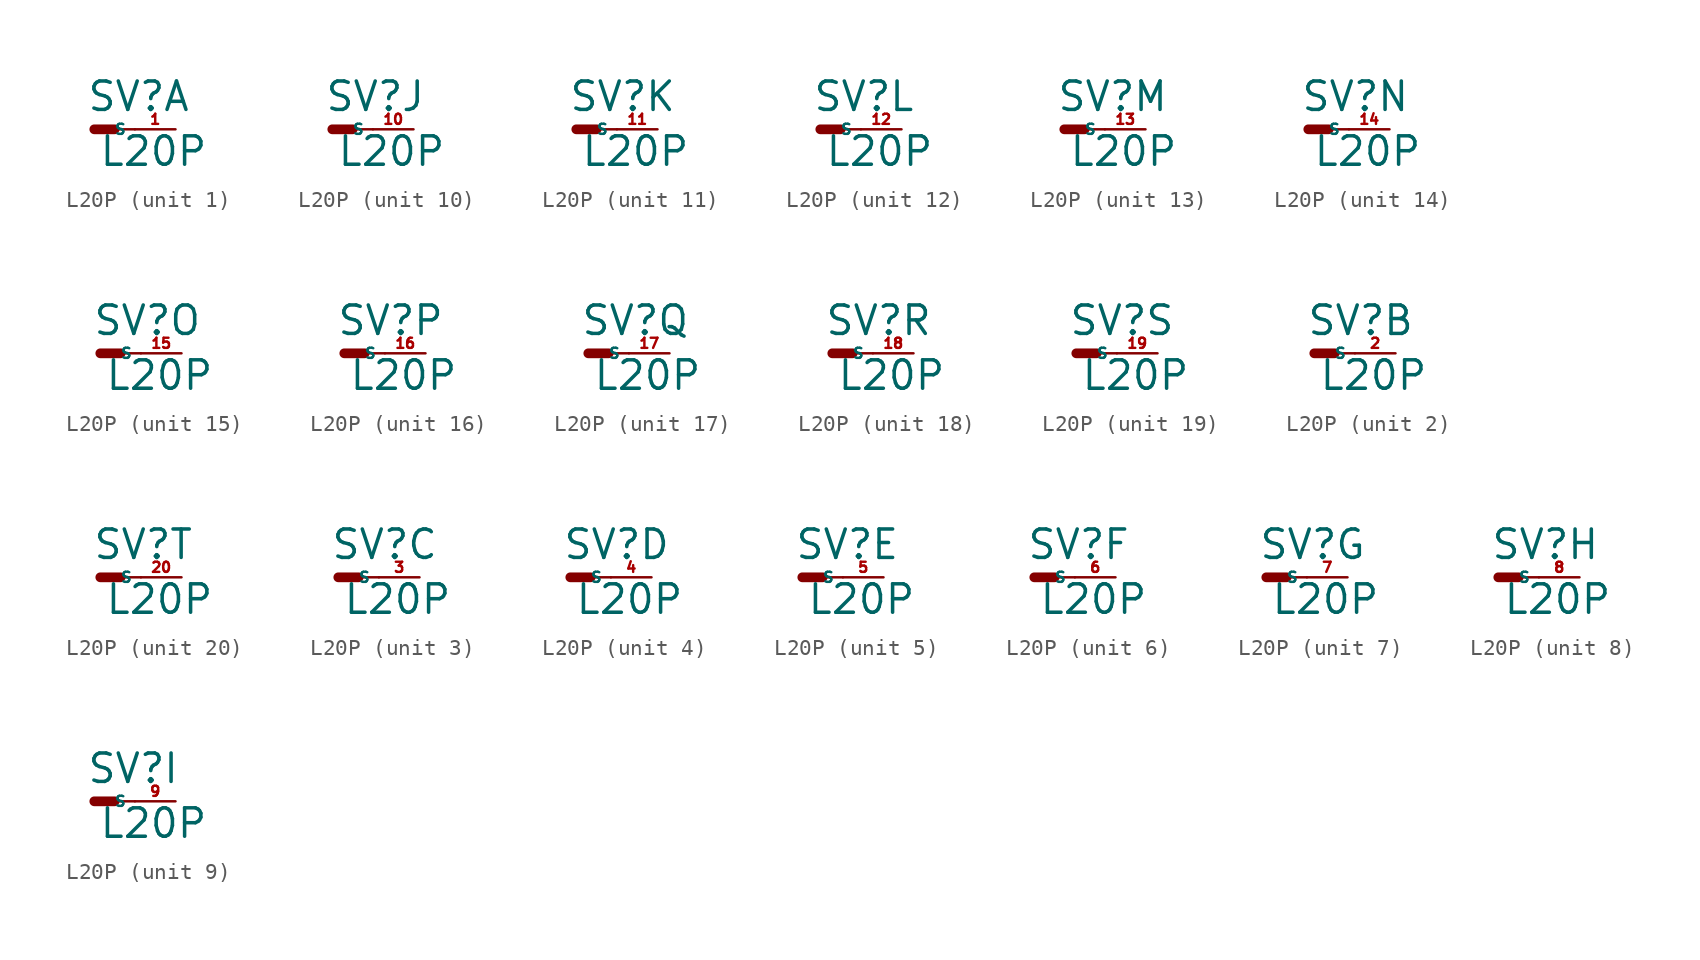
<source format=kicad_sym>
(kicad_symbol_lib
  (version 20220914)
  (generator Eagle2Kicad)
  (symbol "L20P"
    (property "Reference" "SV"
      (at -0.508 1.016 0)
      (effects (font (size 1.778 1.778) (thickness 0.22)) (justify left bottom)))
    (property "Value" "L20P"
      (at 0.254 -2.413 0)
      (effects (font (size 1.778 1.778) (thickness 0.22)) (justify left bottom)))
    (symbol "L20P_1_0"
      (polyline (pts (xy 1.27 0) (xy 2.54 0)) (stroke (width 0.152) (type default)) (fill (type none)))
      (polyline (pts (xy 0 0) (xy 1.27 0)) (stroke (width 0.61) (type default)) (fill (type none)))
      (pin passive line (at 5.08 0 180) (length 2.54) (name "S" (effects (font (size 0.635 0.635) (thickness 0.08)) (justify left bottom))) (number "1" (effects (font (size 0.635 0.635) (thickness 0.08)) (justify left bottom)))))
    (symbol "L20P_2_0"
      (polyline (pts (xy 1.27 0) (xy 2.54 0)) (stroke (width 0.152) (type default)) (fill (type none)))
      (polyline (pts (xy 0 0) (xy 1.27 0)) (stroke (width 0.61) (type default)) (fill (type none)))
      (pin passive line (at 5.08 0 180) (length 2.54) (name "S" (effects (font (size 0.635 0.635) (thickness 0.08)) (justify left bottom))) (number "2" (effects (font (size 0.635 0.635) (thickness 0.08)) (justify left bottom)))))
    (symbol "L20P_3_0"
      (polyline (pts (xy 1.27 0) (xy 2.54 0)) (stroke (width 0.152) (type default)) (fill (type none)))
      (polyline (pts (xy 0 0) (xy 1.27 0)) (stroke (width 0.61) (type default)) (fill (type none)))
      (pin passive line (at 5.08 0 180) (length 2.54) (name "S" (effects (font (size 0.635 0.635) (thickness 0.08)) (justify left bottom))) (number "3" (effects (font (size 0.635 0.635) (thickness 0.08)) (justify left bottom)))))
    (symbol "L20P_4_0"
      (polyline (pts (xy 1.27 0) (xy 2.54 0)) (stroke (width 0.152) (type default)) (fill (type none)))
      (polyline (pts (xy 0 0) (xy 1.27 0)) (stroke (width 0.61) (type default)) (fill (type none)))
      (pin passive line (at 5.08 0 180) (length 2.54) (name "S" (effects (font (size 0.635 0.635) (thickness 0.08)) (justify left bottom))) (number "4" (effects (font (size 0.635 0.635) (thickness 0.08)) (justify left bottom)))))
    (symbol "L20P_5_0"
      (polyline (pts (xy 1.27 0) (xy 2.54 0)) (stroke (width 0.152) (type default)) (fill (type none)))
      (polyline (pts (xy 0 0) (xy 1.27 0)) (stroke (width 0.61) (type default)) (fill (type none)))
      (pin passive line (at 5.08 0 180) (length 2.54) (name "S" (effects (font (size 0.635 0.635) (thickness 0.08)) (justify left bottom))) (number "5" (effects (font (size 0.635 0.635) (thickness 0.08)) (justify left bottom)))))
    (symbol "L20P_6_0"
      (polyline (pts (xy 1.27 0) (xy 2.54 0)) (stroke (width 0.152) (type default)) (fill (type none)))
      (polyline (pts (xy 0 0) (xy 1.27 0)) (stroke (width 0.61) (type default)) (fill (type none)))
      (pin passive line (at 5.08 0 180) (length 2.54) (name "S" (effects (font (size 0.635 0.635) (thickness 0.08)) (justify left bottom))) (number "6" (effects (font (size 0.635 0.635) (thickness 0.08)) (justify left bottom)))))
    (symbol "L20P_7_0"
      (polyline (pts (xy 1.27 0) (xy 2.54 0)) (stroke (width 0.152) (type default)) (fill (type none)))
      (polyline (pts (xy 0 0) (xy 1.27 0)) (stroke (width 0.61) (type default)) (fill (type none)))
      (pin passive line (at 5.08 0 180) (length 2.54) (name "S" (effects (font (size 0.635 0.635) (thickness 0.08)) (justify left bottom))) (number "7" (effects (font (size 0.635 0.635) (thickness 0.08)) (justify left bottom)))))
    (symbol "L20P_8_0"
      (polyline (pts (xy 1.27 0) (xy 2.54 0)) (stroke (width 0.152) (type default)) (fill (type none)))
      (polyline (pts (xy 0 0) (xy 1.27 0)) (stroke (width 0.61) (type default)) (fill (type none)))
      (pin passive line (at 5.08 0 180) (length 2.54) (name "S" (effects (font (size 0.635 0.635) (thickness 0.08)) (justify left bottom))) (number "8" (effects (font (size 0.635 0.635) (thickness 0.08)) (justify left bottom)))))
    (symbol "L20P_9_0"
      (polyline (pts (xy 1.27 0) (xy 2.54 0)) (stroke (width 0.152) (type default)) (fill (type none)))
      (polyline (pts (xy 0 0) (xy 1.27 0)) (stroke (width 0.61) (type default)) (fill (type none)))
      (pin passive line (at 5.08 0 180) (length 2.54) (name "S" (effects (font (size 0.635 0.635) (thickness 0.08)) (justify left bottom))) (number "9" (effects (font (size 0.635 0.635) (thickness 0.08)) (justify left bottom)))))
    (symbol "L20P_10_0"
      (polyline (pts (xy 1.27 0) (xy 2.54 0)) (stroke (width 0.152) (type default)) (fill (type none)))
      (polyline (pts (xy 0 0) (xy 1.27 0)) (stroke (width 0.61) (type default)) (fill (type none)))
      (pin passive line (at 5.08 0 180) (length 2.54) (name "S" (effects (font (size 0.635 0.635) (thickness 0.08)) (justify left bottom))) (number "10" (effects (font (size 0.635 0.635) (thickness 0.08)) (justify left bottom)))))
    (symbol "L20P_11_0"
      (polyline (pts (xy 1.27 0) (xy 2.54 0)) (stroke (width 0.152) (type default)) (fill (type none)))
      (polyline (pts (xy 0 0) (xy 1.27 0)) (stroke (width 0.61) (type default)) (fill (type none)))
      (pin passive line (at 5.08 0 180) (length 2.54) (name "S" (effects (font (size 0.635 0.635) (thickness 0.08)) (justify left bottom))) (number "11" (effects (font (size 0.635 0.635) (thickness 0.08)) (justify left bottom)))))
    (symbol "L20P_12_0"
      (polyline (pts (xy 1.27 0) (xy 2.54 0)) (stroke (width 0.152) (type default)) (fill (type none)))
      (polyline (pts (xy 0 0) (xy 1.27 0)) (stroke (width 0.61) (type default)) (fill (type none)))
      (pin passive line (at 5.08 0 180) (length 2.54) (name "S" (effects (font (size 0.635 0.635) (thickness 0.08)) (justify left bottom))) (number "12" (effects (font (size 0.635 0.635) (thickness 0.08)) (justify left bottom)))))
    (symbol "L20P_13_0"
      (polyline (pts (xy 1.27 0) (xy 2.54 0)) (stroke (width 0.152) (type default)) (fill (type none)))
      (polyline (pts (xy 0 0) (xy 1.27 0)) (stroke (width 0.61) (type default)) (fill (type none)))
      (pin passive line (at 5.08 0 180) (length 2.54) (name "S" (effects (font (size 0.635 0.635) (thickness 0.08)) (justify left bottom))) (number "13" (effects (font (size 0.635 0.635) (thickness 0.08)) (justify left bottom)))))
    (symbol "L20P_14_0"
      (polyline (pts (xy 1.27 0) (xy 2.54 0)) (stroke (width 0.152) (type default)) (fill (type none)))
      (polyline (pts (xy 0 0) (xy 1.27 0)) (stroke (width 0.61) (type default)) (fill (type none)))
      (pin passive line (at 5.08 0 180) (length 2.54) (name "S" (effects (font (size 0.635 0.635) (thickness 0.08)) (justify left bottom))) (number "14" (effects (font (size 0.635 0.635) (thickness 0.08)) (justify left bottom)))))
    (symbol "L20P_15_0"
      (polyline (pts (xy 1.27 0) (xy 2.54 0)) (stroke (width 0.152) (type default)) (fill (type none)))
      (polyline (pts (xy 0 0) (xy 1.27 0)) (stroke (width 0.61) (type default)) (fill (type none)))
      (pin passive line (at 5.08 0 180) (length 2.54) (name "S" (effects (font (size 0.635 0.635) (thickness 0.08)) (justify left bottom))) (number "15" (effects (font (size 0.635 0.635) (thickness 0.08)) (justify left bottom)))))
    (symbol "L20P_16_0"
      (polyline (pts (xy 1.27 0) (xy 2.54 0)) (stroke (width 0.152) (type default)) (fill (type none)))
      (polyline (pts (xy 0 0) (xy 1.27 0)) (stroke (width 0.61) (type default)) (fill (type none)))
      (pin passive line (at 5.08 0 180) (length 2.54) (name "S" (effects (font (size 0.635 0.635) (thickness 0.08)) (justify left bottom))) (number "16" (effects (font (size 0.635 0.635) (thickness 0.08)) (justify left bottom)))))
    (symbol "L20P_17_0"
      (polyline (pts (xy 1.27 0) (xy 2.54 0)) (stroke (width 0.152) (type default)) (fill (type none)))
      (polyline (pts (xy 0 0) (xy 1.27 0)) (stroke (width 0.61) (type default)) (fill (type none)))
      (pin passive line (at 5.08 0 180) (length 2.54) (name "S" (effects (font (size 0.635 0.635) (thickness 0.08)) (justify left bottom))) (number "17" (effects (font (size 0.635 0.635) (thickness 0.08)) (justify left bottom)))))
    (symbol "L20P_18_0"
      (polyline (pts (xy 1.27 0) (xy 2.54 0)) (stroke (width 0.152) (type default)) (fill (type none)))
      (polyline (pts (xy 0 0) (xy 1.27 0)) (stroke (width 0.61) (type default)) (fill (type none)))
      (pin passive line (at 5.08 0 180) (length 2.54) (name "S" (effects (font (size 0.635 0.635) (thickness 0.08)) (justify left bottom))) (number "18" (effects (font (size 0.635 0.635) (thickness 0.08)) (justify left bottom)))))
    (symbol "L20P_19_0"
      (polyline (pts (xy 1.27 0) (xy 2.54 0)) (stroke (width 0.152) (type default)) (fill (type none)))
      (polyline (pts (xy 0 0) (xy 1.27 0)) (stroke (width 0.61) (type default)) (fill (type none)))
      (pin passive line (at 5.08 0 180) (length 2.54) (name "S" (effects (font (size 0.635 0.635) (thickness 0.08)) (justify left bottom))) (number "19" (effects (font (size 0.635 0.635) (thickness 0.08)) (justify left bottom)))))
    (symbol "L20P_20_0"
      (polyline (pts (xy 1.27 0) (xy 2.54 0)) (stroke (width 0.152) (type default)) (fill (type none)))
      (polyline (pts (xy 0 0) (xy 1.27 0)) (stroke (width 0.61) (type default)) (fill (type none)))
      (pin passive line (at 5.08 0 180) (length 2.54) (name "S" (effects (font (size 0.635 0.635) (thickness 0.08)) (justify left bottom))) (number "20" (effects (font (size 0.635 0.635) (thickness 0.08)) (justify left bottom)))))))
</source>
